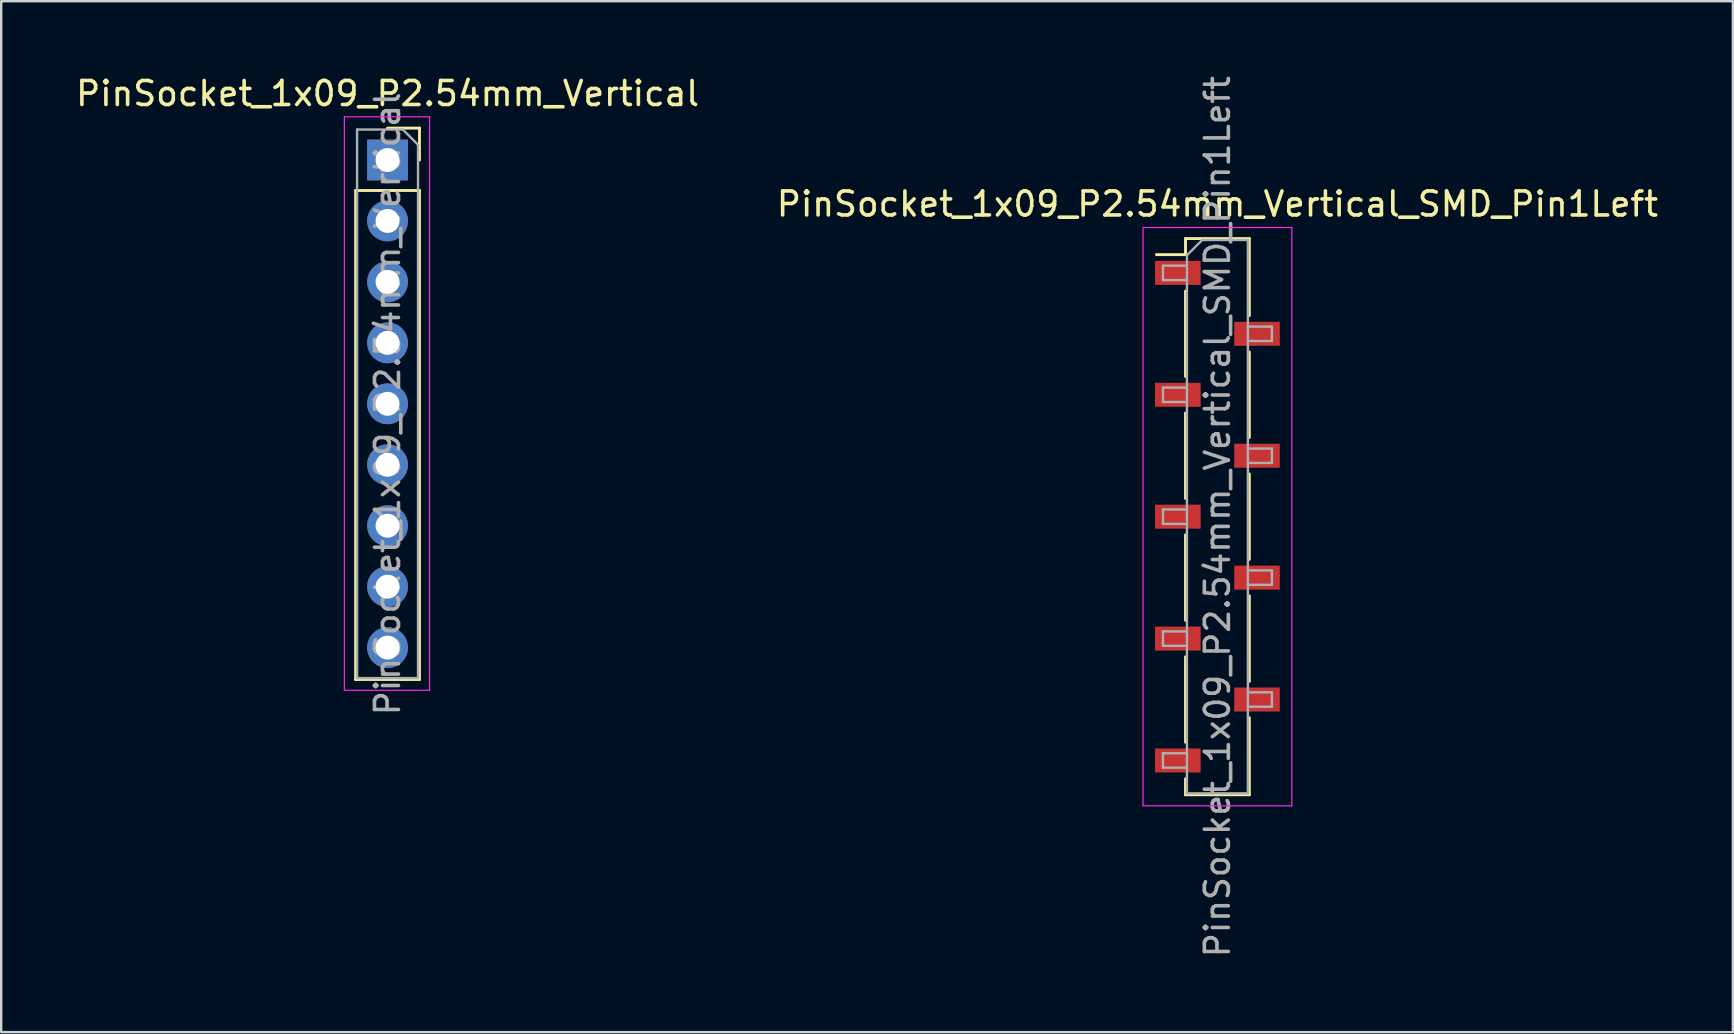
<source format=kicad_pcb>
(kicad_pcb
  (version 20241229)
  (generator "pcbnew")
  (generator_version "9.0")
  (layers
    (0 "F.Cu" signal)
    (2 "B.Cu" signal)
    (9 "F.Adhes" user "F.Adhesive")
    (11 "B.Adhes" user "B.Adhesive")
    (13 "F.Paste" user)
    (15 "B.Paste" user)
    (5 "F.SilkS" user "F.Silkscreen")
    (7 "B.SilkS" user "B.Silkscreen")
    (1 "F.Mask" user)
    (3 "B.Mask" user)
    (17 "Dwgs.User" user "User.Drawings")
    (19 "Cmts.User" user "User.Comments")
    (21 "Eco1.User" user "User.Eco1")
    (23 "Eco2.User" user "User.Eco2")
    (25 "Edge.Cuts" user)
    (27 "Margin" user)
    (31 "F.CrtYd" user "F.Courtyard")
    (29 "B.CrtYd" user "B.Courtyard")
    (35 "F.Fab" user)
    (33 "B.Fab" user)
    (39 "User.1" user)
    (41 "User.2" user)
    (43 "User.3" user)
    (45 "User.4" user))
  (footprint "PinSocket_1x09_P2.54mm_Vertical_SMD_Pin1Left"
    (layer "F.Cu")
    (at 47.685 18.482)
    (property "Reference" "PinSocket_1x09_P2.54mm_Vertical_SMD_Pin1Left" (at 0 -13.03 0) (layer "F.SilkS") (effects (font (size 1 1) (thickness 0.15))))
    (attr smd)
    (fp_line (start -2.54 -10.92) (end -1.33 -10.92) (stroke (width 0.12) (type solid)) (layer "F.SilkS"))
    (fp_line (start -1.33 -11.59) (end -1.33 -10.92) (stroke (width 0.12) (type solid)) (layer "F.SilkS"))
    (fp_line (start -1.33 -11.59) (end 1.33 -11.59) (stroke (width 0.12) (type solid)) (layer "F.SilkS"))
    (fp_line (start -1.33 -9.4) (end -1.33 -5.84) (stroke (width 0.12) (type solid)) (layer "F.SilkS"))
    (fp_line (start -1.33 -4.32) (end -1.33 -0.76) (stroke (width 0.12) (type solid)) (layer "F.SilkS"))
    (fp_line (start -1.33 0.76) (end -1.33 4.32) (stroke (width 0.12) (type solid)) (layer "F.SilkS"))
    (fp_line (start -1.33 5.84) (end -1.33 9.4) (stroke (width 0.12) (type solid)) (layer "F.SilkS"))
    (fp_line (start -1.33 10.92) (end -1.33 11.59) (stroke (width 0.12) (type solid)) (layer "F.SilkS"))
    (fp_line (start -1.33 11.59) (end 1.33 11.59) (stroke (width 0.12) (type solid)) (layer "F.SilkS"))
    (fp_line (start 1.33 -11.59) (end 1.33 -8.38) (stroke (width 0.12) (type solid)) (layer "F.SilkS"))
    (fp_line (start 1.33 -6.86) (end 1.33 -3.3) (stroke (width 0.12) (type solid)) (layer "F.SilkS"))
    (fp_line (start 1.33 -1.78) (end 1.33 1.78) (stroke (width 0.12) (type solid)) (layer "F.SilkS"))
    (fp_line (start 1.33 3.3) (end 1.33 6.86) (stroke (width 0.12) (type solid)) (layer "F.SilkS"))
    (fp_line (start 1.33 8.38) (end 1.33 11.59) (stroke (width 0.12) (type solid)) (layer "F.SilkS"))
    (fp_line (start -3.1 -12.05) (end 3.1 -12.05) (stroke (width 0.05) (type solid)) (layer "F.CrtYd"))
    (fp_line (start -3.1 12.05) (end -3.1 -12.05) (stroke (width 0.05) (type solid)) (layer "F.CrtYd"))
    (fp_line (start 3.1 -12.05) (end 3.1 12.05) (stroke (width 0.05) (type solid)) (layer "F.CrtYd"))
    (fp_line (start 3.1 12.05) (end -3.1 12.05) (stroke (width 0.05) (type solid)) (layer "F.CrtYd"))
    (fp_line (start -2.27 -10.46) (end -1.27 -10.46) (stroke (width 0.1) (type solid)) (layer "F.Fab"))
    (fp_line (start -2.27 -9.86) (end -2.27 -10.46) (stroke (width 0.1) (type solid)) (layer "F.Fab"))
    (fp_line (start -2.27 -5.38) (end -1.27 -5.38) (stroke (width 0.1) (type solid)) (layer "F.Fab"))
    (fp_line (start -2.27 -4.78) (end -2.27 -5.38) (stroke (width 0.1) (type solid)) (layer "F.Fab"))
    (fp_line (start -2.27 -0.3) (end -1.27 -0.3) (stroke (width 0.1) (type solid)) (layer "F.Fab"))
    (fp_line (start -2.27 0.3) (end -2.27 -0.3) (stroke (width 0.1) (type solid)) (layer "F.Fab"))
    (fp_line (start -2.27 4.78) (end -1.27 4.78) (stroke (width 0.1) (type solid)) (layer "F.Fab"))
    (fp_line (start -2.27 5.38) (end -2.27 4.78) (stroke (width 0.1) (type solid)) (layer "F.Fab"))
    (fp_line (start -2.27 9.86) (end -1.27 9.86) (stroke (width 0.1) (type solid)) (layer "F.Fab"))
    (fp_line (start -2.27 10.46) (end -2.27 9.86) (stroke (width 0.1) (type solid)) (layer "F.Fab"))
    (fp_line (start -1.27 -10.895) (end -0.635 -11.53) (stroke (width 0.1) (type solid)) (layer "F.Fab"))
    (fp_line (start -1.27 -9.86) (end -2.27 -9.86) (stroke (width 0.1) (type solid)) (layer "F.Fab"))
    (fp_line (start -1.27 -4.78) (end -2.27 -4.78) (stroke (width 0.1) (type solid)) (layer "F.Fab"))
    (fp_line (start -1.27 0.3) (end -2.27 0.3) (stroke (width 0.1) (type solid)) (layer "F.Fab"))
    (fp_line (start -1.27 5.38) (end -2.27 5.38) (stroke (width 0.1) (type solid)) (layer "F.Fab"))
    (fp_line (start -1.27 10.46) (end -2.27 10.46) (stroke (width 0.1) (type solid)) (layer "F.Fab"))
    (fp_line (start -1.27 11.53) (end -1.27 -10.895) (stroke (width 0.1) (type solid)) (layer "F.Fab"))
    (fp_line (start -0.635 -11.53) (end 1.27 -11.53) (stroke (width 0.1) (type solid)) (layer "F.Fab"))
    (fp_line (start 1.27 -11.53) (end 1.27 11.53) (stroke (width 0.1) (type solid)) (layer "F.Fab"))
    (fp_line (start 1.27 -7.92) (end 2.27 -7.92) (stroke (width 0.1) (type solid)) (layer "F.Fab"))
    (fp_line (start 1.27 -2.84) (end 2.27 -2.84) (stroke (width 0.1) (type solid)) (layer "F.Fab"))
    (fp_line (start 1.27 2.24) (end 2.27 2.24) (stroke (width 0.1) (type solid)) (layer "F.Fab"))
    (fp_line (start 1.27 7.32) (end 2.27 7.32) (stroke (width 0.1) (type solid)) (layer "F.Fab"))
    (fp_line (start 1.27 11.53) (end -1.27 11.53) (stroke (width 0.1) (type solid)) (layer "F.Fab"))
    (fp_line (start 2.27 -7.92) (end 2.27 -7.32) (stroke (width 0.1) (type solid)) (layer "F.Fab"))
    (fp_line (start 2.27 -7.32) (end 1.27 -7.32) (stroke (width 0.1) (type solid)) (layer "F.Fab"))
    (fp_line (start 2.27 -2.84) (end 2.27 -2.24) (stroke (width 0.1) (type solid)) (layer "F.Fab"))
    (fp_line (start 2.27 -2.24) (end 1.27 -2.24) (stroke (width 0.1) (type solid)) (layer "F.Fab"))
    (fp_line (start 2.27 2.24) (end 2.27 2.84) (stroke (width 0.1) (type solid)) (layer "F.Fab"))
    (fp_line (start 2.27 2.84) (end 1.27 2.84) (stroke (width 0.1) (type solid)) (layer "F.Fab"))
    (fp_line (start 2.27 7.32) (end 2.27 7.92) (stroke (width 0.1) (type solid)) (layer "F.Fab"))
    (fp_line (start 2.27 7.92) (end 1.27 7.92) (stroke (width 0.1) (type solid)) (layer "F.Fab"))
    (fp_text user "${REFERENCE}" (at 0 0 90) (layer "F.Fab") (effects (font (size 1 1) (thickness 0.15))))
    (pad "1" smd rect (at -1.65 -10.16) (size 1.9 1) (layers "F.Cu" "F.Mask" "F.Paste"))
    (pad "2" smd rect (at 1.65 -7.62) (size 1.9 1) (layers "F.Cu" "F.Mask" "F.Paste"))
    (pad "3" smd rect (at -1.65 -5.08) (size 1.9 1) (layers "F.Cu" "F.Mask" "F.Paste"))
    (pad "4" smd rect (at 1.65 -2.54) (size 1.9 1) (layers "F.Cu" "F.Mask" "F.Paste"))
    (pad "5" smd rect (at -1.65 0) (size 1.9 1) (layers "F.Cu" "F.Mask" "F.Paste"))
    (pad "6" smd rect (at 1.65 2.54) (size 1.9 1) (layers "F.Cu" "F.Mask" "F.Paste"))
    (pad "7" smd rect (at -1.65 5.08) (size 1.9 1) (layers "F.Cu" "F.Mask" "F.Paste"))
    (pad "8" smd rect (at 1.65 7.62) (size 1.9 1) (layers "F.Cu" "F.Mask" "F.Paste"))
    (pad "9" smd rect (at -1.65 10.16) (size 1.9 1) (layers "F.Cu" "F.Mask" "F.Paste")))
  (footprint "PinSocket_1x09_P2.54mm_Vertical"
    (layer "F.Cu")
    (at 13.101 3.618)
    (property "Reference" "PinSocket_1x09_P2.54mm_Vertical" (at 0 -2.77 0) (layer "F.SilkS") (effects (font (size 1 1) (thickness 0.15))))
    (attr through_hole)
    (fp_line (start -1.33 1.27) (end -1.33 21.65) (stroke (width 0.12) (type solid)) (layer "F.SilkS"))
    (fp_line (start -1.33 1.27) (end 1.33 1.27) (stroke (width 0.12) (type solid)) (layer "F.SilkS"))
    (fp_line (start -1.33 21.65) (end 1.33 21.65) (stroke (width 0.12) (type solid)) (layer "F.SilkS"))
    (fp_line (start 0 -1.33) (end 1.33 -1.33) (stroke (width 0.12) (type solid)) (layer "F.SilkS"))
    (fp_line (start 1.33 -1.33) (end 1.33 0) (stroke (width 0.12) (type solid)) (layer "F.SilkS"))
    (fp_line (start 1.33 1.27) (end 1.33 21.65) (stroke (width 0.12) (type solid)) (layer "F.SilkS"))
    (fp_line (start -1.8 -1.8) (end 1.75 -1.8) (stroke (width 0.05) (type solid)) (layer "F.CrtYd"))
    (fp_line (start -1.8 22.1) (end -1.8 -1.8) (stroke (width 0.05) (type solid)) (layer "F.CrtYd"))
    (fp_line (start 1.75 -1.8) (end 1.75 22.1) (stroke (width 0.05) (type solid)) (layer "F.CrtYd"))
    (fp_line (start 1.75 22.1) (end -1.8 22.1) (stroke (width 0.05) (type solid)) (layer "F.CrtYd"))
    (fp_line (start -1.27 -1.27) (end 0.635 -1.27) (stroke (width 0.1) (type solid)) (layer "F.Fab"))
    (fp_line (start -1.27 21.59) (end -1.27 -1.27) (stroke (width 0.1) (type solid)) (layer "F.Fab"))
    (fp_line (start 0.635 -1.27) (end 1.27 -0.635) (stroke (width 0.1) (type solid)) (layer "F.Fab"))
    (fp_line (start 1.27 -0.635) (end 1.27 21.59) (stroke (width 0.1) (type solid)) (layer "F.Fab"))
    (fp_line (start 1.27 21.59) (end -1.27 21.59) (stroke (width 0.1) (type solid)) (layer "F.Fab"))
    (fp_text user "${REFERENCE}" (at 0 10.16 90) (layer "F.Fab") (effects (font (size 1 1) (thickness 0.15))))
    (pad "1" thru_hole rect (at 0 0) (size 1.7 1.7) (drill 1) (layers "*.Cu" "*.Mask"))
    (pad "2" thru_hole oval (at 0 2.54) (size 1.7 1.7) (drill 1) (layers "*.Cu" "*.Mask"))
    (pad "3" thru_hole oval (at 0 5.08) (size 1.7 1.7) (drill 1) (layers "*.Cu" "*.Mask"))
    (pad "4" thru_hole oval (at 0 7.62) (size 1.7 1.7) (drill 1) (layers "*.Cu" "*.Mask"))
    (pad "5" thru_hole oval (at 0 10.16) (size 1.7 1.7) (drill 1) (layers "*.Cu" "*.Mask"))
    (pad "6" thru_hole oval (at 0 12.7) (size 1.7 1.7) (drill 1) (layers "*.Cu" "*.Mask"))
    (pad "7" thru_hole oval (at 0 15.24) (size 1.7 1.7) (drill 1) (layers "*.Cu" "*.Mask"))
    (pad "8" thru_hole oval (at 0 17.78) (size 1.7 1.7) (drill 1) (layers "*.Cu" "*.Mask"))
    (pad "9" thru_hole oval (at 0 20.32) (size 1.7 1.7) (drill 1) (layers "*.Cu" "*.Mask")))
  (gr_rect
    (start -3 -3)
    (end 69.167 39.964)
    (stroke (width 0.1) (type default))
    (fill no)
    (layer "Edge.Cuts")))
</source>
